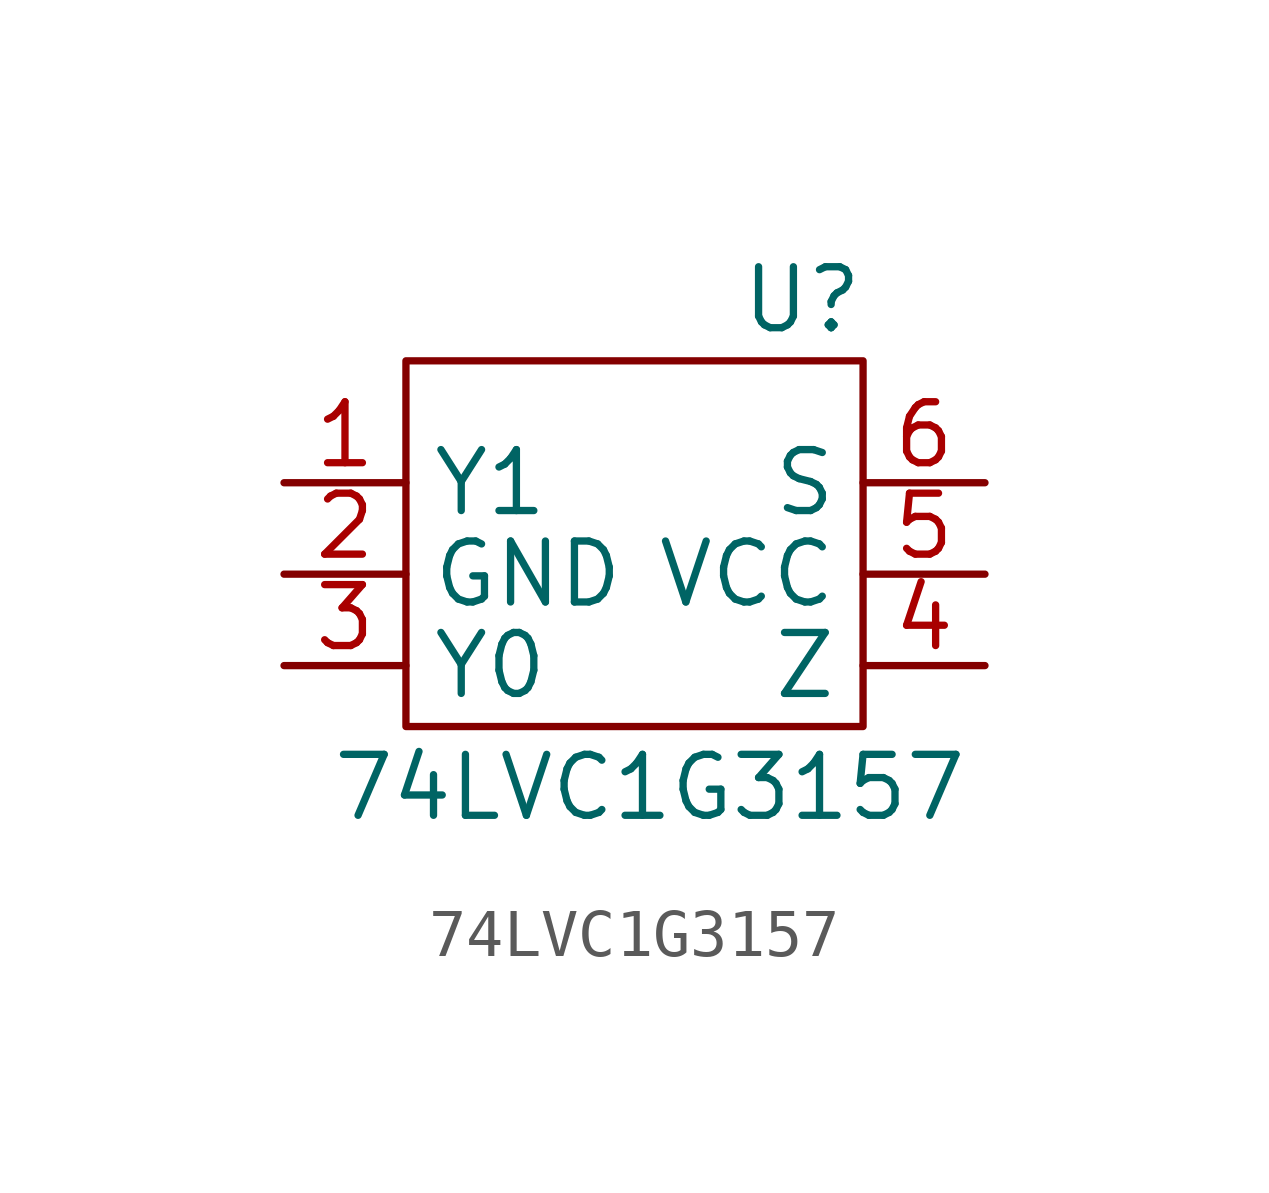
<source format=kicad_sym>
(kicad_symbol_lib
  (version 20220914)
  (generator kicad_symbol_editor)
  (symbol "74LVC1G3157"
    (property "Reference" "U"
      (at 8.255 8.89 0)
      (effects (font (size 1.27 1.27))))
    (property "Value" "74LVC1G3157"
      (at 5.08 -1.27 0)
      (effects (font (size 1.27 1.27))))
    (symbol "74LVC1G3157_0_1"
      (rectangle (start 0 7.62) (end 9.525 0) (stroke (width 0) (type default)) (fill (type none))))
    (symbol "74LVC1G3157_1_1"
      (pin passive line (at -2.54 5.08 0) (length 2.54) (name "Y1" (effects (font (size 1.27 1.27)))) (number "1" (effects (font (size 1.27 1.27)))))
      (pin passive line (at -2.54 3.175 0) (length 2.54) (name "GND" (effects (font (size 1.27 1.27)))) (number "2" (effects (font (size 1.27 1.27)))))
      (pin passive line (at -2.54 1.27 0) (length 2.54) (name "Y0" (effects (font (size 1.27 1.27)))) (number "3" (effects (font (size 1.27 1.27)))))
      (pin passive line (at 12.065 1.27 180) (length 2.54) (name "Z" (effects (font (size 1.27 1.27)))) (number "4" (effects (font (size 1.27 1.27)))))
      (pin passive line (at 12.065 3.175 180) (length 2.54) (name "VCC" (effects (font (size 1.27 1.27)))) (number "5" (effects (font (size 1.27 1.27)))))
      (pin passive line (at 12.065 5.08 180) (length 2.54) (name "S" (effects (font (size 1.27 1.27)))) (number "6" (effects (font (size 1.27 1.27))))))))
</source>
